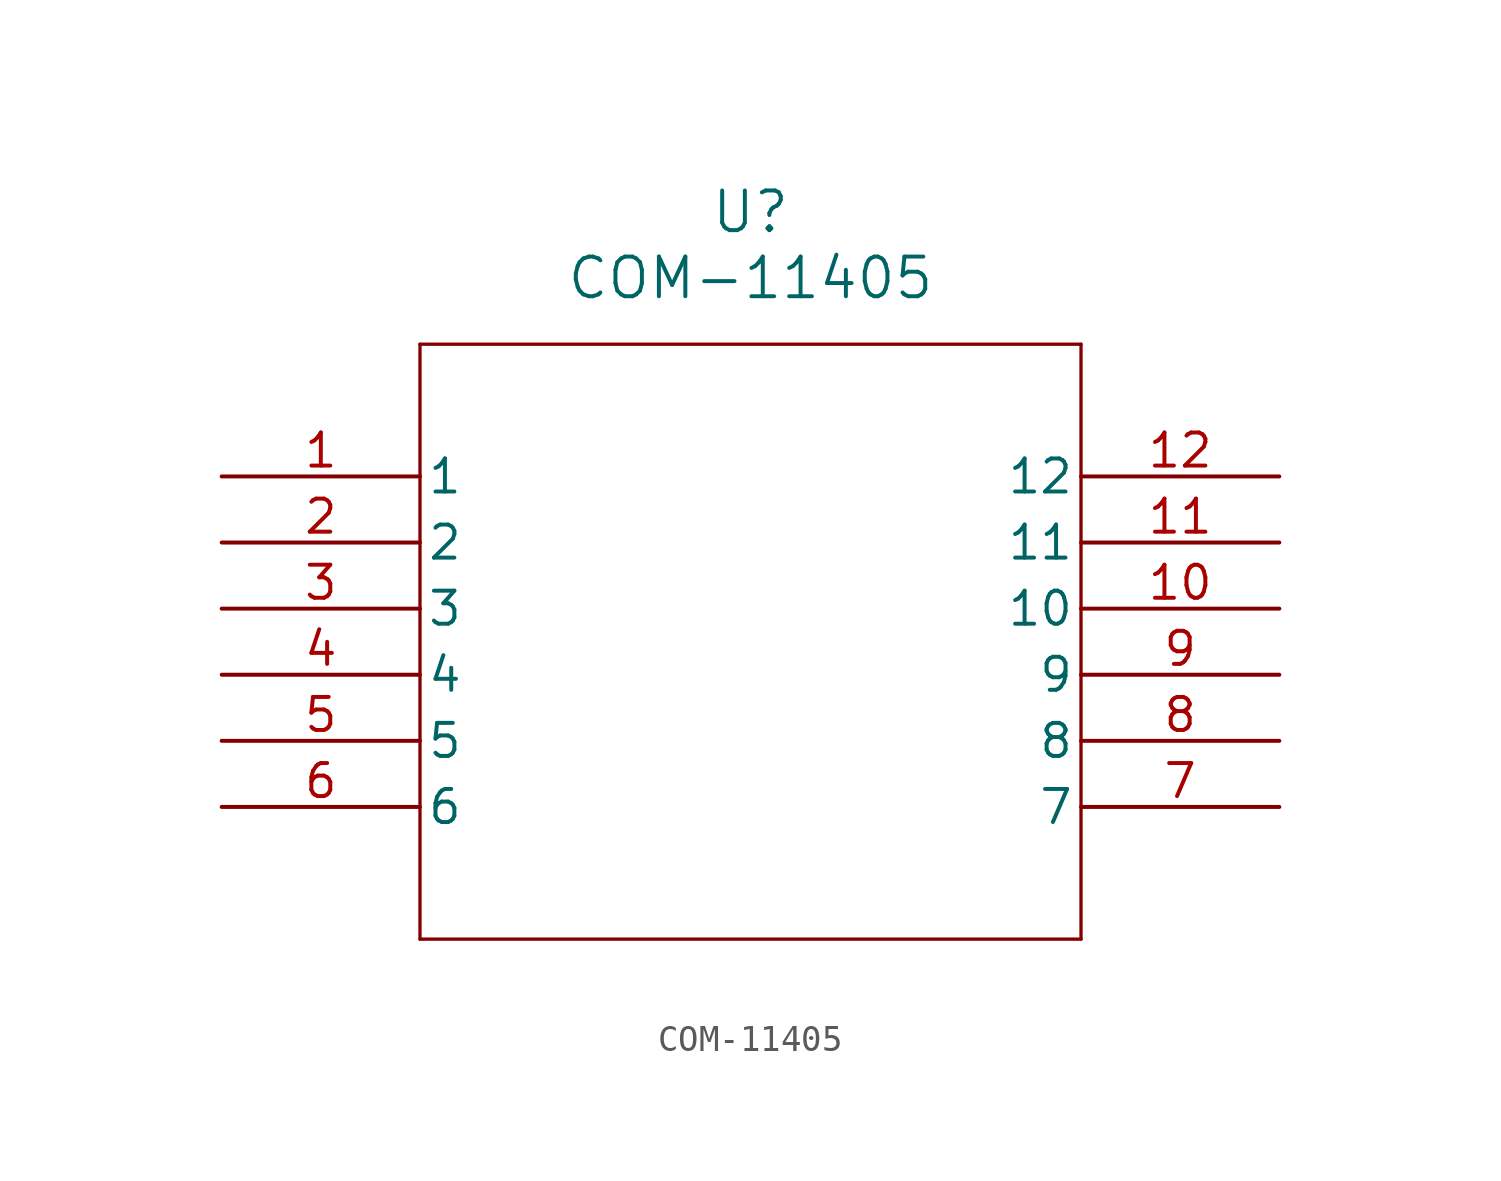
<source format=kicad_sym>
(kicad_symbol_lib
  (version 20211014)
  (generator kicad_symbol_editor)
  (symbol "COM-11405"
    (pin_names
      (offset 0.254))
    (property "Reference" "U"
      (at 20.32 10.16 0)
      (effects (font (size 1.524 1.524))))
    (property "Value" "COM-11405"
      (at 20.32 7.62 0)
      (effects (font (size 1.524 1.524))))
    (symbol "COM-11405_0_1"
      (polyline (pts (xy 7.62 5.08) (xy 7.62 -17.78)) (stroke (width 0.127) (type default) (color 0 0 0 0)) (fill (type none)))
      (polyline (pts (xy 7.62 -17.78) (xy 33.02 -17.78)) (stroke (width 0.127) (type default) (color 0 0 0 0)) (fill (type none)))
      (polyline (pts (xy 33.02 -17.78) (xy 33.02 5.08)) (stroke (width 0.127) (type default) (color 0 0 0 0)) (fill (type none)))
      (polyline (pts (xy 33.02 5.08) (xy 7.62 5.08)) (stroke (width 0.127) (type default) (color 0 0 0 0)) (fill (type none)))
      (pin unspecified line (at 0 0 0) (length 7.62) (name "1" (effects (font (size 1.27 1.27)))) (number "1" (effects (font (size 1.27 1.27)))))
      (pin unspecified line (at 0 -2.54 0) (length 7.62) (name "2" (effects (font (size 1.27 1.27)))) (number "2" (effects (font (size 1.27 1.27)))))
      (pin unspecified line (at 0 -5.08 0) (length 7.62) (name "3" (effects (font (size 1.27 1.27)))) (number "3" (effects (font (size 1.27 1.27)))))
      (pin unspecified line (at 0 -7.62 0) (length 7.62) (name "4" (effects (font (size 1.27 1.27)))) (number "4" (effects (font (size 1.27 1.27)))))
      (pin unspecified line (at 0 -10.16 0) (length 7.62) (name "5" (effects (font (size 1.27 1.27)))) (number "5" (effects (font (size 1.27 1.27)))))
      (pin unspecified line (at 0 -12.7 0) (length 7.62) (name "6" (effects (font (size 1.27 1.27)))) (number "6" (effects (font (size 1.27 1.27)))))
      (pin unspecified line (at 40.64 -12.7 180) (length 7.62) (name "7" (effects (font (size 1.27 1.27)))) (number "7" (effects (font (size 1.27 1.27)))))
      (pin unspecified line (at 40.64 -10.16 180) (length 7.62) (name "8" (effects (font (size 1.27 1.27)))) (number "8" (effects (font (size 1.27 1.27)))))
      (pin unspecified line (at 40.64 -7.62 180) (length 7.62) (name "9" (effects (font (size 1.27 1.27)))) (number "9" (effects (font (size 1.27 1.27)))))
      (pin unspecified line (at 40.64 -5.08 180) (length 7.62) (name "10" (effects (font (size 1.27 1.27)))) (number "10" (effects (font (size 1.27 1.27)))))
      (pin unspecified line (at 40.64 -2.54 180) (length 7.62) (name "11" (effects (font (size 1.27 1.27)))) (number "11" (effects (font (size 1.27 1.27)))))
      (pin unspecified line (at 40.64 0 180) (length 7.62) (name "12" (effects (font (size 1.27 1.27)))) (number "12" (effects (font (size 1.27 1.27))))))))
</source>
